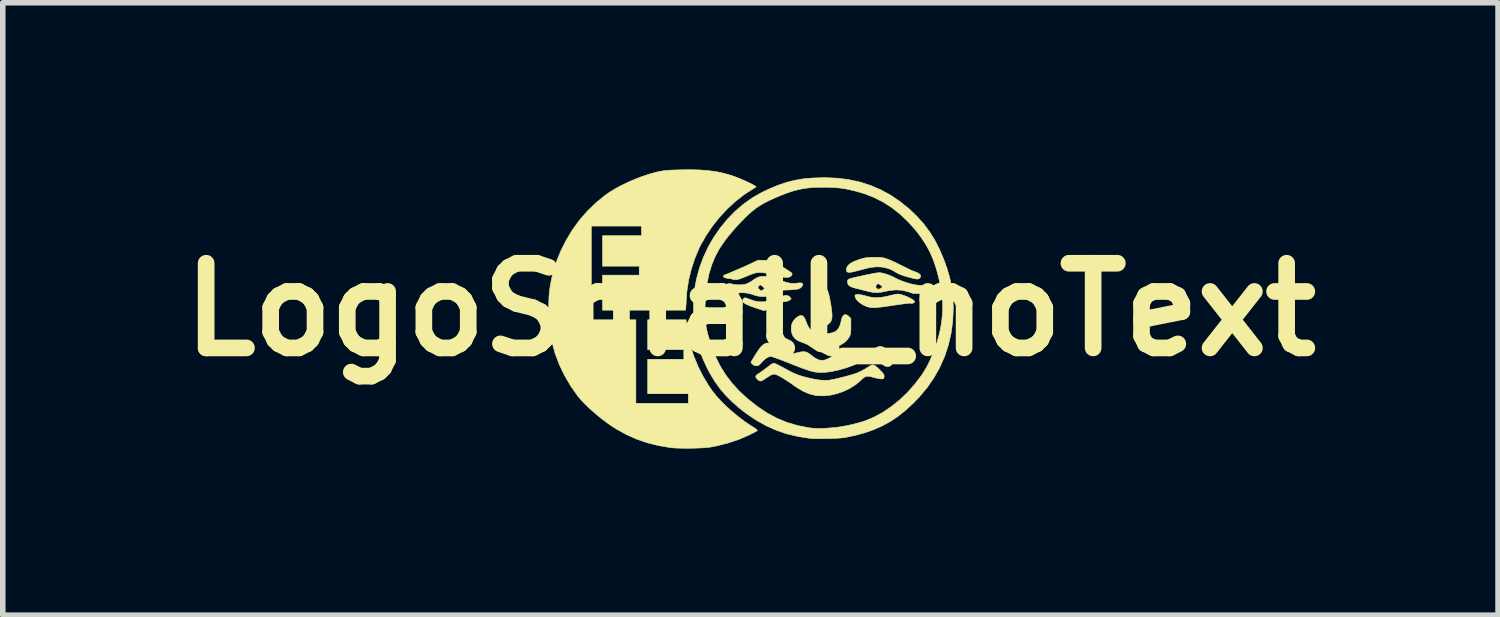
<source format=kicad_pcb>
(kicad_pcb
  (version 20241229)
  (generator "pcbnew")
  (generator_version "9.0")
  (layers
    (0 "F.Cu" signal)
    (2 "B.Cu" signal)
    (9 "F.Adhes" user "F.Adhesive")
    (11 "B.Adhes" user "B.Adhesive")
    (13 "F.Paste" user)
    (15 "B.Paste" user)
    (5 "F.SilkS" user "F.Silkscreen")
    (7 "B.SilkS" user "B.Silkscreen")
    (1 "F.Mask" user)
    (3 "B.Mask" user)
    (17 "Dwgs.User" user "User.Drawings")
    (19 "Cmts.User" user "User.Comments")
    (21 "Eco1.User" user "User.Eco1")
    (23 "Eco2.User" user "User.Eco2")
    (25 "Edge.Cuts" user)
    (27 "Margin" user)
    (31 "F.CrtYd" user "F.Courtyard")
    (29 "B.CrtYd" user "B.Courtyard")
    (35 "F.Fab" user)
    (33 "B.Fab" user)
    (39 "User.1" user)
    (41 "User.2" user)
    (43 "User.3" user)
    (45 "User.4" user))
  (footprint "LogoSmall_noText"
    (layer "F.Cu")
    (at 10.458 2.523)
    (property "Reference" "LogoSmall_noText" (at 0 0 0) (layer "F.SilkS") (effects (font (size 1.524 1.524) (thickness 0.3))))
    (attr through_hole)
    (fp_poly (pts (xy 1.35 -0.388) (xy 1.362 -0.377) (xy 1.377 -0.359) (xy 1.39 -0.335) (xy 1.402 -0.303) (xy 1.414 -0.261) (xy 1.426 -0.205) (xy 1.439 -0.133) (xy 1.449 -0.078) (xy 1.461 0.005) (xy 1.468 0.071) (xy 1.469 0.124) (xy 1.464 0.166) (xy 1.453 0.2) (xy 1.439 0.225) (xy 1.402 0.264) (xy 1.352 0.289) (xy 1.295 0.301) (xy 1.235 0.296) (xy 1.211 0.29) (xy 1.157 0.265) (xy 1.12 0.228) (xy 1.101 0.181) (xy 1.099 0.125) (xy 1.114 0.06) (xy 1.129 0.024) (xy 1.16 -0.049) (xy 1.183 -0.112) (xy 1.199 -0.172) (xy 1.209 -0.23) (xy 1.218 -0.28) (xy 1.227 -0.315) (xy 1.239 -0.341) (xy 1.256 -0.365) (xy 1.268 -0.378) (xy 1.296 -0.401) (xy 1.322 -0.404) (xy 1.35 -0.388)) (stroke (width 0.01) (type solid)) (fill yes) (layer "F.SilkS"))
    (fp_poly (pts (xy 0.678 -0.25) (xy 0.701 -0.235) (xy 0.712 -0.223) (xy 0.734 -0.192) (xy 0.71 -0.175) (xy 0.674 -0.154) (xy 0.634 -0.145) (xy 0.608 -0.143) (xy 0.581 -0.138) (xy 0.54 -0.122) (xy 0.484 -0.097) (xy 0.411 -0.061) (xy 0.36 -0.035) (xy 0.314 -0.012) (xy 0.278 0.006) (xy 0.254 0.017) (xy 0.246 0.02) (xy 0.234 0.016) (xy 0.207 0.007) (xy 0.167 -0.006) (xy 0.118 -0.022) (xy 0.077 -0.036) (xy -0.004 -0.065) (xy -0.065 -0.091) (xy -0.108 -0.115) (xy -0.134 -0.138) (xy -0.143 -0.159) (xy -0.137 -0.181) (xy -0.121 -0.199) (xy -0.108 -0.21) (xy -0.095 -0.213) (xy -0.075 -0.208) (xy -0.053 -0.2) (xy 0.013 -0.175) (xy 0.064 -0.159) (xy 0.108 -0.148) (xy 0.148 -0.142) (xy 0.19 -0.14) (xy 0.198 -0.14) (xy 0.242 -0.14) (xy 0.281 -0.144) (xy 0.32 -0.151) (xy 0.363 -0.164) (xy 0.415 -0.182) (xy 0.482 -0.208) (xy 0.484 -0.209) (xy 0.552 -0.234) (xy 0.606 -0.25) (xy 0.647 -0.255) (xy 0.678 -0.25)) (stroke (width 0.01) (type solid)) (fill yes) (layer "F.SilkS"))
    (fp_poly (pts (xy 2.685 -0.277) (xy 2.707 -0.272) (xy 2.713 -0.27) (xy 2.765 -0.254) (xy 2.817 -0.234) (xy 2.865 -0.211) (xy 2.907 -0.188) (xy 2.938 -0.166) (xy 2.955 -0.148) (xy 2.957 -0.141) (xy 2.949 -0.13) (xy 2.931 -0.119) (xy 2.911 -0.111) (xy 2.896 -0.111) (xy 2.893 -0.113) (xy 2.885 -0.116) (xy 2.861 -0.116) (xy 2.82 -0.112) (xy 2.763 -0.105) (xy 2.687 -0.094) (xy 2.611 -0.083) (xy 2.509 -0.068) (xy 2.426 -0.056) (xy 2.358 -0.047) (xy 2.302 -0.041) (xy 2.258 -0.037) (xy 2.221 -0.035) (xy 2.191 -0.036) (xy 2.164 -0.038) (xy 2.146 -0.041) (xy 2.088 -0.057) (xy 2.03 -0.083) (xy 1.977 -0.117) (xy 1.932 -0.154) (xy 1.9 -0.193) (xy 1.884 -0.231) (xy 1.881 -0.254) (xy 1.889 -0.265) (xy 1.904 -0.27) (xy 1.94 -0.273) (xy 1.99 -0.267) (xy 2.056 -0.252) (xy 2.106 -0.238) (xy 2.183 -0.221) (xy 2.259 -0.214) (xy 2.34 -0.218) (xy 2.43 -0.233) (xy 2.475 -0.243) (xy 2.538 -0.259) (xy 2.585 -0.269) (xy 2.62 -0.276) (xy 2.645 -0.28) (xy 2.666 -0.28) (xy 2.685 -0.277)) (stroke (width 0.01) (type solid)) (fill yes) (layer "F.SilkS"))
    (fp_poly (pts (xy 0.249 -0.888) (xy 0.311 -0.886) (xy 0.363 -0.88) (xy 0.409 -0.867) (xy 0.456 -0.847) (xy 0.509 -0.816) (xy 0.557 -0.784) (xy 0.601 -0.755) (xy 0.646 -0.725) (xy 0.684 -0.701) (xy 0.697 -0.693) (xy 0.733 -0.668) (xy 0.749 -0.646) (xy 0.748 -0.625) (xy 0.729 -0.603) (xy 0.725 -0.6) (xy 0.698 -0.586) (xy 0.662 -0.579) (xy 0.614 -0.581) (xy 0.553 -0.59) (xy 0.476 -0.608) (xy 0.428 -0.621) (xy 0.339 -0.644) (xy 0.264 -0.66) (xy 0.201 -0.668) (xy 0.146 -0.668) (xy 0.096 -0.661) (xy 0.055 -0.65) (xy 0.014 -0.635) (xy -0.037 -0.615) (xy -0.09 -0.593) (xy -0.113 -0.583) (xy -0.186 -0.554) (xy -0.248 -0.54) (xy -0.299 -0.54) (xy -0.33 -0.549) (xy -0.356 -0.556) (xy -0.38 -0.558) (xy -0.409 -0.562) (xy -0.444 -0.569) (xy -0.448 -0.571) (xy -0.478 -0.584) (xy -0.488 -0.6) (xy -0.478 -0.617) (xy -0.45 -0.631) (xy -0.42 -0.641) (xy -0.376 -0.659) (xy -0.32 -0.683) (xy -0.257 -0.71) (xy -0.189 -0.739) (xy -0.12 -0.769) (xy -0.054 -0.799) (xy 0.005 -0.827) (xy 0.01 -0.829) (xy 0.137 -0.889) (xy 0.249 -0.888)) (stroke (width 0.01) (type solid)) (fill yes) (layer "F.SilkS"))
    (fp_poly (pts (xy 2.288 -0.942) (xy 2.354 -0.937) (xy 2.396 -0.931) (xy 2.423 -0.924) (xy 2.454 -0.914) (xy 2.491 -0.9) (xy 2.536 -0.881) (xy 2.59 -0.857) (xy 2.656 -0.825) (xy 2.735 -0.786) (xy 2.83 -0.739) (xy 2.86 -0.724) (xy 2.903 -0.704) (xy 2.949 -0.686) (xy 2.977 -0.676) (xy 3.023 -0.656) (xy 3.052 -0.633) (xy 3.064 -0.607) (xy 3.058 -0.581) (xy 3.04 -0.561) (xy 3.026 -0.554) (xy 3.008 -0.55) (xy 2.981 -0.552) (xy 2.944 -0.559) (xy 2.893 -0.572) (xy 2.85 -0.584) (xy 2.782 -0.603) (xy 2.73 -0.62) (xy 2.688 -0.636) (xy 2.652 -0.652) (xy 2.617 -0.672) (xy 2.586 -0.691) (xy 2.526 -0.723) (xy 2.454 -0.747) (xy 2.433 -0.753) (xy 2.371 -0.765) (xy 2.311 -0.77) (xy 2.248 -0.769) (xy 2.179 -0.761) (xy 2.1 -0.745) (xy 2.007 -0.721) (xy 1.992 -0.717) (xy 1.913 -0.696) (xy 1.85 -0.681) (xy 1.804 -0.672) (xy 1.77 -0.671) (xy 1.747 -0.676) (xy 1.734 -0.687) (xy 1.728 -0.706) (xy 1.727 -0.722) (xy 1.736 -0.764) (xy 1.764 -0.803) (xy 1.811 -0.839) (xy 1.878 -0.872) (xy 1.964 -0.904) (xy 2.019 -0.921) (xy 2.073 -0.932) (xy 2.141 -0.939) (xy 2.215 -0.942) (xy 2.288 -0.942)) (stroke (width 0.01) (type solid)) (fill yes) (layer "F.SilkS"))
    (fp_poly (pts (xy 1.753 0.107) (xy 1.774 0.126) (xy 1.808 0.161) (xy 1.808 0.296) (xy 1.808 0.353) (xy 1.806 0.395) (xy 1.803 0.425) (xy 1.798 0.45) (xy 1.789 0.472) (xy 1.784 0.483) (xy 1.746 0.541) (xy 1.69 0.594) (xy 1.617 0.639) (xy 1.528 0.676) (xy 1.5 0.685) (xy 1.451 0.701) (xy 1.403 0.718) (xy 1.362 0.734) (xy 1.354 0.737) (xy 1.299 0.756) (xy 1.254 0.761) (xy 1.214 0.75) (xy 1.202 0.744) (xy 1.179 0.73) (xy 1.146 0.708) (xy 1.108 0.682) (xy 1.096 0.673) (xy 1.027 0.629) (xy 0.954 0.598) (xy 0.936 0.592) (xy 0.863 0.563) (xy 0.807 0.526) (xy 0.768 0.479) (xy 0.744 0.421) (xy 0.734 0.365) (xy 0.736 0.295) (xy 0.755 0.233) (xy 0.793 0.178) (xy 0.813 0.159) (xy 0.859 0.123) (xy 0.898 0.105) (xy 0.93 0.107) (xy 0.958 0.128) (xy 0.982 0.168) (xy 0.998 0.207) (xy 1.028 0.281) (xy 1.061 0.337) (xy 1.101 0.379) (xy 1.15 0.41) (xy 1.181 0.423) (xy 1.231 0.434) (xy 1.292 0.438) (xy 1.358 0.436) (xy 1.423 0.428) (xy 1.482 0.414) (xy 1.529 0.395) (xy 1.537 0.39) (xy 1.572 0.357) (xy 1.601 0.31) (xy 1.623 0.254) (xy 1.631 0.213) (xy 1.644 0.156) (xy 1.663 0.116) (xy 1.688 0.094) (xy 1.718 0.091) (xy 1.753 0.107)) (stroke (width 0.01) (type solid)) (fill yes) (layer "F.SilkS"))
    (fp_poly (pts (xy 2.347 -0.662) (xy 2.364 -0.659) (xy 2.427 -0.644) (xy 2.496 -0.62) (xy 2.561 -0.593) (xy 2.598 -0.573) (xy 2.653 -0.545) (xy 2.72 -0.517) (xy 2.794 -0.491) (xy 2.869 -0.468) (xy 2.94 -0.451) (xy 3.003 -0.44) (xy 3.043 -0.437) (xy 3.083 -0.434) (xy 3.106 -0.423) (xy 3.117 -0.401) (xy 3.119 -0.369) (xy 3.116 -0.338) (xy 3.106 -0.319) (xy 3.094 -0.309) (xy 3.069 -0.299) (xy 3.032 -0.292) (xy 2.99 -0.288) (xy 2.952 -0.288) (xy 2.931 -0.291) (xy 2.912 -0.297) (xy 2.88 -0.307) (xy 2.842 -0.32) (xy 2.835 -0.323) (xy 2.731 -0.348) (xy 2.62 -0.355) (xy 2.507 -0.345) (xy 2.441 -0.331) (xy 2.354 -0.313) (xy 2.276 -0.306) (xy 2.2 -0.311) (xy 2.118 -0.328) (xy 2.108 -0.331) (xy 2.053 -0.345) (xy 1.99 -0.361) (xy 1.933 -0.375) (xy 1.926 -0.376) (xy 1.858 -0.394) (xy 1.808 -0.413) (xy 1.79 -0.425) (xy 2.257 -0.425) (xy 2.26 -0.397) (xy 2.271 -0.382) (xy 2.297 -0.367) (xy 2.327 -0.372) (xy 2.352 -0.388) (xy 2.38 -0.41) (xy 2.346 -0.438) (xy 2.319 -0.459) (xy 2.302 -0.466) (xy 2.287 -0.461) (xy 2.274 -0.451) (xy 2.257 -0.425) (xy 1.79 -0.425) (xy 1.774 -0.434) (xy 1.755 -0.459) (xy 1.748 -0.488) (xy 1.748 -0.494) (xy 1.748 -0.509) (xy 1.749 -0.522) (xy 1.754 -0.533) (xy 1.765 -0.543) (xy 1.782 -0.552) (xy 1.809 -0.562) (xy 1.847 -0.572) (xy 1.897 -0.584) (xy 1.963 -0.598) (xy 2.045 -0.616) (xy 2.113 -0.63) (xy 2.181 -0.644) (xy 2.233 -0.654) (xy 2.272 -0.66) (xy 2.301 -0.664) (xy 2.325 -0.664) (xy 2.347 -0.662)) (stroke (width 0.01) (type solid)) (fill yes) (layer "F.SilkS"))
    (fp_poly (pts (xy 0.432 0.968) (xy 0.452 0.975) (xy 0.485 0.99) (xy 0.528 1.012) (xy 0.577 1.038) (xy 0.6 1.05) (xy 0.686 1.098) (xy 0.761 1.136) (xy 0.831 1.166) (xy 0.9 1.191) (xy 0.973 1.212) (xy 1.002 1.22) (xy 1.129 1.249) (xy 1.238 1.267) (xy 1.332 1.274) (xy 1.41 1.271) (xy 1.411 1.271) (xy 1.455 1.264) (xy 1.513 1.252) (xy 1.581 1.236) (xy 1.655 1.218) (xy 1.729 1.199) (xy 1.799 1.179) (xy 1.86 1.161) (xy 1.907 1.145) (xy 1.92 1.141) (xy 1.987 1.11) (xy 2.062 1.07) (xy 2.135 1.024) (xy 2.142 1.019) (xy 2.172 1.002) (xy 2.198 0.995) (xy 2.224 0.999) (xy 2.253 1.016) (xy 2.289 1.047) (xy 2.325 1.083) (xy 2.361 1.12) (xy 2.385 1.147) (xy 2.399 1.167) (xy 2.405 1.182) (xy 2.406 1.198) (xy 2.406 1.207) (xy 2.402 1.232) (xy 2.392 1.243) (xy 2.37 1.247) (xy 2.364 1.248) (xy 2.337 1.246) (xy 2.298 1.24) (xy 2.253 1.23) (xy 2.236 1.225) (xy 2.175 1.209) (xy 2.129 1.2) (xy 2.092 1.201) (xy 2.061 1.211) (xy 2.031 1.232) (xy 1.996 1.263) (xy 1.991 1.268) (xy 1.901 1.345) (xy 1.798 1.412) (xy 1.685 1.467) (xy 1.566 1.51) (xy 1.445 1.539) (xy 1.325 1.552) (xy 1.21 1.55) (xy 1.166 1.544) (xy 1.06 1.517) (xy 0.95 1.47) (xy 0.837 1.403) (xy 0.792 1.372) (xy 0.724 1.323) (xy 0.657 1.279) (xy 0.594 1.239) (xy 0.537 1.206) (xy 0.49 1.181) (xy 0.455 1.167) (xy 0.442 1.163) (xy 0.418 1.163) (xy 0.393 1.168) (xy 0.363 1.181) (xy 0.325 1.204) (xy 0.275 1.237) (xy 0.249 1.255) (xy 0.21 1.279) (xy 0.178 1.286) (xy 0.149 1.276) (xy 0.119 1.248) (xy 0.098 1.22) (xy 0.096 1.196) (xy 0.114 1.175) (xy 0.13 1.163) (xy 0.165 1.141) (xy 0.212 1.107) (xy 0.268 1.066) (xy 0.33 1.019) (xy 0.34 1.01) (xy 0.374 0.985) (xy 0.398 0.972) (xy 0.418 0.967) (xy 0.432 0.968)) (stroke (width 0.01) (type solid)) (fill yes) (layer "F.SilkS"))
    (fp_poly (pts (xy 0.268 -0.597) (xy 0.309 -0.594) (xy 0.345 -0.589) (xy 0.381 -0.581) (xy 0.424 -0.568) (xy 0.478 -0.548) (xy 0.499 -0.541) (xy 0.581 -0.511) (xy 0.649 -0.49) (xy 0.705 -0.477) (xy 0.753 -0.471) (xy 0.798 -0.471) (xy 0.838 -0.476) (xy 0.89 -0.482) (xy 0.924 -0.478) (xy 0.942 -0.465) (xy 0.942 -0.443) (xy 0.929 -0.419) (xy 0.911 -0.398) (xy 0.889 -0.383) (xy 0.858 -0.371) (xy 0.817 -0.364) (xy 0.76 -0.358) (xy 0.704 -0.355) (xy 0.56 -0.349) (xy 0.465 -0.302) (xy 0.421 -0.281) (xy 0.378 -0.262) (xy 0.344 -0.249) (xy 0.33 -0.245) (xy 0.285 -0.237) (xy 0.229 -0.235) (xy 0.172 -0.238) (xy 0.127 -0.245) (xy 0.097 -0.253) (xy 0.056 -0.266) (xy 0.014 -0.28) (xy 0.014 -0.28) (xy -0.062 -0.298) (xy -0.143 -0.305) (xy -0.223 -0.3) (xy -0.272 -0.289) (xy -0.312 -0.28) (xy -0.36 -0.274) (xy -0.388 -0.273) (xy -0.424 -0.273) (xy -0.447 -0.277) (xy -0.463 -0.287) (xy -0.475 -0.299) (xy -0.495 -0.338) (xy -0.498 -0.365) (xy -0.495 -0.394) (xy -0.489 -0.404) (xy 0.136 -0.404) (xy 0.137 -0.391) (xy 0.15 -0.374) (xy 0.158 -0.365) (xy 0.177 -0.347) (xy 0.19 -0.336) (xy 0.192 -0.335) (xy 0.203 -0.341) (xy 0.223 -0.355) (xy 0.228 -0.359) (xy 0.258 -0.383) (xy 0.228 -0.41) (xy 0.348 -0.41) (xy 0.35 -0.398) (xy 0.36 -0.386) (xy 0.379 -0.369) (xy 0.393 -0.369) (xy 0.407 -0.382) (xy 0.414 -0.395) (xy 0.407 -0.41) (xy 0.398 -0.419) (xy 0.382 -0.434) (xy 0.37 -0.434) (xy 0.359 -0.424) (xy 0.348 -0.41) (xy 0.228 -0.41) (xy 0.223 -0.415) (xy 0.195 -0.438) (xy 0.175 -0.445) (xy 0.159 -0.437) (xy 0.146 -0.421) (xy 0.136 -0.404) (xy -0.489 -0.404) (xy -0.482 -0.416) (xy -0.462 -0.436) (xy -0.423 -0.46) (xy -0.379 -0.468) (xy -0.326 -0.46) (xy -0.315 -0.457) (xy -0.269 -0.448) (xy -0.212 -0.446) (xy -0.152 -0.448) (xy -0.098 -0.456) (xy -0.081 -0.46) (xy -0.042 -0.476) (xy 0.002 -0.499) (xy 0.031 -0.518) (xy 0.082 -0.554) (xy 0.124 -0.577) (xy 0.163 -0.591) (xy 0.204 -0.598) (xy 0.255 -0.598) (xy 0.268 -0.597)) (stroke (width 0.01) (type solid)) (fill yes) (layer "F.SilkS"))
    (fp_poly (pts (xy 0.326 0.602) (xy 0.349 0.609) (xy 0.385 0.625) (xy 0.43 0.647) (xy 0.481 0.674) (xy 0.5 0.684) (xy 0.553 0.713) (xy 0.606 0.74) (xy 0.653 0.761) (xy 0.69 0.776) (xy 0.699 0.779) (xy 0.73 0.787) (xy 0.754 0.791) (xy 0.777 0.79) (xy 0.806 0.785) (xy 0.846 0.775) (xy 0.857 0.773) (xy 0.917 0.76) (xy 0.965 0.757) (xy 1.006 0.765) (xy 1.046 0.785) (xy 1.091 0.819) (xy 1.098 0.824) (xy 1.162 0.872) (xy 1.22 0.902) (xy 1.277 0.914) (xy 1.333 0.909) (xy 1.395 0.886) (xy 1.458 0.85) (xy 1.508 0.818) (xy 1.636 0.822) (xy 1.737 0.825) (xy 1.82 0.826) (xy 1.887 0.827) (xy 1.941 0.826) (xy 1.984 0.823) (xy 2.018 0.819) (xy 2.046 0.813) (xy 2.07 0.806) (xy 2.074 0.804) (xy 2.109 0.787) (xy 2.152 0.762) (xy 2.194 0.733) (xy 2.203 0.727) (xy 2.241 0.701) (xy 2.276 0.68) (xy 2.304 0.667) (xy 2.311 0.665) (xy 2.355 0.664) (xy 2.397 0.678) (xy 2.437 0.71) (xy 2.478 0.759) (xy 2.52 0.826) (xy 2.535 0.855) (xy 2.574 0.93) (xy 2.556 0.967) (xy 2.539 0.994) (xy 2.517 1.013) (xy 2.514 1.015) (xy 2.484 1.025) (xy 2.455 1.026) (xy 2.424 1.016) (xy 2.387 0.994) (xy 2.34 0.961) (xy 2.281 0.92) (xy 2.233 0.894) (xy 2.191 0.88) (xy 2.153 0.878) (xy 2.127 0.883) (xy 2.102 0.892) (xy 2.064 0.907) (xy 2.018 0.927) (xy 1.968 0.95) (xy 1.96 0.954) (xy 1.839 1.007) (xy 1.715 1.051) (xy 1.591 1.086) (xy 1.472 1.112) (xy 1.36 1.128) (xy 1.258 1.132) (xy 1.196 1.127) (xy 1.162 1.123) (xy 1.128 1.116) (xy 1.09 1.107) (xy 1.048 1.094) (xy 0.998 1.077) (xy 0.937 1.056) (xy 0.865 1.028) (xy 0.778 0.995) (xy 0.689 0.959) (xy 0.615 0.93) (xy 0.547 0.904) (xy 0.486 0.881) (xy 0.435 0.863) (xy 0.397 0.85) (xy 0.374 0.844) (xy 0.369 0.843) (xy 0.326 0.852) (xy 0.279 0.877) (xy 0.234 0.915) (xy 0.211 0.94) (xy 0.185 0.97) (xy 0.158 0.994) (xy 0.139 1.007) (xy 0.101 1.013) (xy 0.062 1.002) (xy 0.03 0.977) (xy 0.028 0.974) (xy 0.008 0.947) (xy 0.081 0.827) (xy 0.13 0.75) (xy 0.172 0.691) (xy 0.211 0.648) (xy 0.247 0.62) (xy 0.281 0.605) (xy 0.317 0.601) (xy 0.326 0.602)) (stroke (width 0.01) (type solid)) (fill yes) (layer "F.SilkS"))
    (fp_poly (pts (xy -0.897 -2.513) (xy -0.76 -2.502) (xy -0.633 -2.486) (xy -0.513 -2.462) (xy -0.396 -2.431) (xy -0.28 -2.393) (xy -0.213 -2.367) (xy -0.167 -2.348) (xy -0.116 -2.326) (xy -0.064 -2.302) (xy -0.013 -2.278) (xy 0.032 -2.255) (xy 0.068 -2.236) (xy 0.092 -2.221) (xy 0.102 -2.213) (xy 0.102 -2.213) (xy 0.094 -2.204) (xy 0.073 -2.19) (xy 0.053 -2.178) (xy -0.109 -2.074) (xy -0.266 -1.952) (xy -0.416 -1.814) (xy -0.556 -1.664) (xy -0.684 -1.503) (xy -0.799 -1.334) (xy -0.898 -1.159) (xy -0.924 -1.106) (xy -1.002 -0.92) (xy -1.065 -0.727) (xy -1.113 -0.53) (xy -1.143 -0.334) (xy -1.154 -0.198) (xy -1.156 -0.146) (xy -1.159 -0.096) (xy -1.162 -0.056) (xy -1.164 -0.033) (xy -1.17 0.01) (xy -2.662 0.01) (xy -2.662 -0.62) (xy -2.002 -0.62) (xy -2.002 -0.782) (xy -2.662 -0.782) (xy -2.662 -1.331) (xy -1.961 -1.331) (xy -1.961 -1.504) (xy -2.865 -1.504) (xy -2.865 0.183) (xy -2.062 0.183) (xy -2.062 1.687) (xy -1.118 1.687) (xy -1.118 1.514) (xy -1.849 1.514) (xy -1.849 0.894) (xy -1.199 0.894) (xy -1.199 0.721) (xy -1.849 0.721) (xy -1.849 0.183) (xy -1.159 0.183) (xy -1.154 0.226) (xy -1.15 0.261) (xy -1.145 0.305) (xy -1.143 0.33) (xy -1.117 0.498) (xy -1.075 0.671) (xy -1.016 0.847) (xy -0.943 1.023) (xy -0.856 1.195) (xy -0.757 1.361) (xy -0.687 1.463) (xy -0.618 1.55) (xy -0.534 1.643) (xy -0.438 1.738) (xy -0.334 1.832) (xy -0.224 1.923) (xy -0.112 2.008) (xy -0.002 2.084) (xy 0.046 2.113) (xy 0.082 2.137) (xy 0.109 2.157) (xy 0.124 2.171) (xy 0.126 2.176) (xy 0.115 2.184) (xy 0.089 2.199) (xy 0.051 2.219) (xy 0.005 2.242) (xy -0.021 2.255) (xy -0.205 2.335) (xy -0.402 2.401) (xy -0.612 2.454) (xy -0.723 2.475) (xy -0.774 2.481) (xy -0.84 2.487) (xy -0.919 2.491) (xy -1.005 2.494) (xy -1.095 2.496) (xy -1.185 2.496) (xy -1.27 2.494) (xy -1.346 2.492) (xy -1.408 2.487) (xy -1.433 2.485) (xy -1.649 2.449) (xy -1.852 2.399) (xy -2.045 2.333) (xy -2.23 2.251) (xy -2.409 2.152) (xy -2.494 2.098) (xy -2.597 2.026) (xy -2.7 1.947) (xy -2.801 1.863) (xy -2.897 1.778) (xy -2.984 1.694) (xy -3.058 1.614) (xy -3.104 1.56) (xy -3.234 1.377) (xy -3.346 1.186) (xy -3.441 0.988) (xy -3.518 0.783) (xy -3.575 0.574) (xy -3.585 0.523) (xy -3.6 0.446) (xy -3.612 0.378) (xy -3.62 0.314) (xy -3.626 0.249) (xy -3.629 0.179) (xy -3.631 0.099) (xy -3.631 0.005) (xy -3.631 -0.01) (xy -3.63 -0.127) (xy -3.626 -0.228) (xy -3.618 -0.32) (xy -3.607 -0.408) (xy -3.591 -0.496) (xy -3.571 -0.591) (xy -3.557 -0.647) (xy -3.495 -0.854) (xy -3.414 -1.055) (xy -3.317 -1.249) (xy -3.205 -1.434) (xy -3.078 -1.609) (xy -2.937 -1.771) (xy -2.784 -1.92) (xy -2.621 -2.053) (xy -2.53 -2.117) (xy -2.435 -2.175) (xy -2.325 -2.234) (xy -2.205 -2.292) (xy -2.081 -2.346) (xy -1.957 -2.394) (xy -1.838 -2.434) (xy -1.793 -2.447) (xy -1.727 -2.465) (xy -1.668 -2.48) (xy -1.612 -2.491) (xy -1.555 -2.5) (xy -1.494 -2.506) (xy -1.424 -2.511) (xy -1.343 -2.514) (xy -1.247 -2.516) (xy -1.214 -2.517) (xy -1.047 -2.518) (xy -0.897 -2.513)) (stroke (width 0.01) (type solid)) (fill yes) (layer "F.SilkS"))
    (fp_poly (pts (xy 1.563 -2.366) (xy 1.772 -2.339) (xy 1.972 -2.296) (xy 2.162 -2.235) (xy 2.345 -2.157) (xy 2.521 -2.061) (xy 2.69 -1.947) (xy 2.854 -1.815) (xy 2.87 -1.801) (xy 3.002 -1.673) (xy 3.12 -1.541) (xy 3.224 -1.401) (xy 3.318 -1.251) (xy 3.402 -1.086) (xy 3.478 -0.909) (xy 3.538 -0.742) (xy 3.584 -0.584) (xy 3.618 -0.429) (xy 3.639 -0.271) (xy 3.649 -0.106) (xy 3.651 -0.01) (xy 3.641 0.212) (xy 3.611 0.429) (xy 3.563 0.638) (xy 3.496 0.841) (xy 3.41 1.036) (xy 3.305 1.223) (xy 3.182 1.402) (xy 3.041 1.571) (xy 2.933 1.683) (xy 2.796 1.809) (xy 2.66 1.918) (xy 2.52 2.012) (xy 2.374 2.092) (xy 2.221 2.16) (xy 2.056 2.218) (xy 1.877 2.266) (xy 1.702 2.302) (xy 1.658 2.308) (xy 1.599 2.313) (xy 1.527 2.317) (xy 1.448 2.32) (xy 1.365 2.322) (xy 1.283 2.323) (xy 1.205 2.323) (xy 1.137 2.321) (xy 1.082 2.318) (xy 1.064 2.316) (xy 0.856 2.284) (xy 0.657 2.237) (xy 0.468 2.173) (xy 0.285 2.091) (xy 0.106 1.992) (xy -0.069 1.874) (xy -0.193 1.777) (xy -0.329 1.659) (xy -0.448 1.54) (xy -0.553 1.416) (xy -0.647 1.284) (xy -0.734 1.138) (xy -0.779 1.053) (xy -0.853 0.893) (xy -0.913 0.736) (xy -0.959 0.579) (xy -0.992 0.418) (xy -1.013 0.247) (xy -1.023 0.062) (xy -1.023 0.051) (xy -1.024 -0.01) (xy -0.817 -0.01) (xy -0.816 0.084) (xy -0.813 0.168) (xy -0.806 0.244) (xy -0.796 0.318) (xy -0.78 0.393) (xy -0.759 0.473) (xy -0.731 0.563) (xy -0.697 0.668) (xy -0.691 0.685) (xy -0.622 0.86) (xy -0.54 1.024) (xy -0.442 1.179) (xy -0.329 1.327) (xy -0.2 1.468) (xy -0.052 1.604) (xy 0.115 1.736) (xy 0.139 1.754) (xy 0.308 1.866) (xy 0.481 1.958) (xy 0.661 2.032) (xy 0.85 2.087) (xy 1.048 2.126) (xy 1.143 2.138) (xy 1.187 2.14) (xy 1.247 2.14) (xy 1.317 2.138) (xy 1.393 2.133) (xy 1.469 2.127) (xy 1.542 2.12) (xy 1.594 2.113) (xy 1.717 2.092) (xy 1.841 2.066) (xy 1.959 2.035) (xy 2.063 2.003) (xy 2.068 2.001) (xy 2.224 1.936) (xy 2.379 1.852) (xy 2.53 1.75) (xy 2.677 1.633) (xy 2.817 1.501) (xy 2.948 1.355) (xy 3.069 1.198) (xy 3.104 1.147) (xy 3.165 1.047) (xy 3.224 0.931) (xy 3.279 0.805) (xy 3.33 0.673) (xy 3.373 0.538) (xy 3.407 0.408) (xy 3.428 0.305) (xy 3.448 0.164) (xy 3.459 0.036) (xy 3.461 -0.085) (xy 3.454 -0.206) (xy 3.437 -0.331) (xy 3.428 -0.386) (xy 3.39 -0.569) (xy 3.346 -0.735) (xy 3.295 -0.887) (xy 3.235 -1.027) (xy 3.165 -1.16) (xy 3.083 -1.286) (xy 2.99 -1.41) (xy 2.971 -1.433) (xy 2.834 -1.586) (xy 2.692 -1.72) (xy 2.545 -1.836) (xy 2.391 -1.935) (xy 2.227 -2.018) (xy 2.054 -2.086) (xy 1.891 -2.133) (xy 1.8 -2.155) (xy 1.721 -2.172) (xy 1.647 -2.184) (xy 1.573 -2.192) (xy 1.491 -2.198) (xy 1.397 -2.202) (xy 1.387 -2.202) (xy 1.246 -2.203) (xy 1.118 -2.198) (xy 0.998 -2.185) (xy 0.883 -2.165) (xy 0.769 -2.136) (xy 0.649 -2.096) (xy 0.522 -2.046) (xy 0.422 -2.003) (xy 0.325 -1.958) (xy 0.244 -1.916) (xy 0.172 -1.874) (xy 0.105 -1.829) (xy 0.039 -1.779) (xy 0.034 -1.774) (xy -0.032 -1.717) (xy -0.106 -1.646) (xy -0.185 -1.565) (xy -0.265 -1.478) (xy -0.343 -1.388) (xy -0.417 -1.298) (xy -0.469 -1.229) (xy -0.56 -1.095) (xy -0.636 -0.953) (xy -0.698 -0.802) (xy -0.746 -0.642) (xy -0.782 -0.469) (xy -0.805 -0.284) (xy -0.816 -0.083) (xy -0.817 -0.01) (xy -1.024 -0.01) (xy -1.024 -0.084) (xy -1.02 -0.206) (xy -1.01 -0.319) (xy -0.994 -0.431) (xy -0.971 -0.548) (xy -0.969 -0.559) (xy -0.916 -0.754) (xy -0.845 -0.945) (xy -0.759 -1.13) (xy -0.657 -1.306) (xy -0.541 -1.473) (xy -0.413 -1.629) (xy -0.273 -1.772) (xy -0.123 -1.9) (xy 0.035 -2.013) (xy 0.202 -2.108) (xy 0.204 -2.109) (xy 0.364 -2.184) (xy 0.516 -2.246) (xy 0.662 -2.294) (xy 0.806 -2.329) (xy 0.953 -2.354) (xy 1.107 -2.368) (xy 1.111 -2.369) (xy 1.343 -2.375) (xy 1.563 -2.366)) (stroke (width 0.01) (type solid)) (fill yes) (layer "F.SilkS")))
  (gr_rect
    (start -3 -3)
    (end 23.915 8.023)
    (stroke (width 0.1) (type default))
    (fill no)
    (layer "Edge.Cuts")))
</source>
